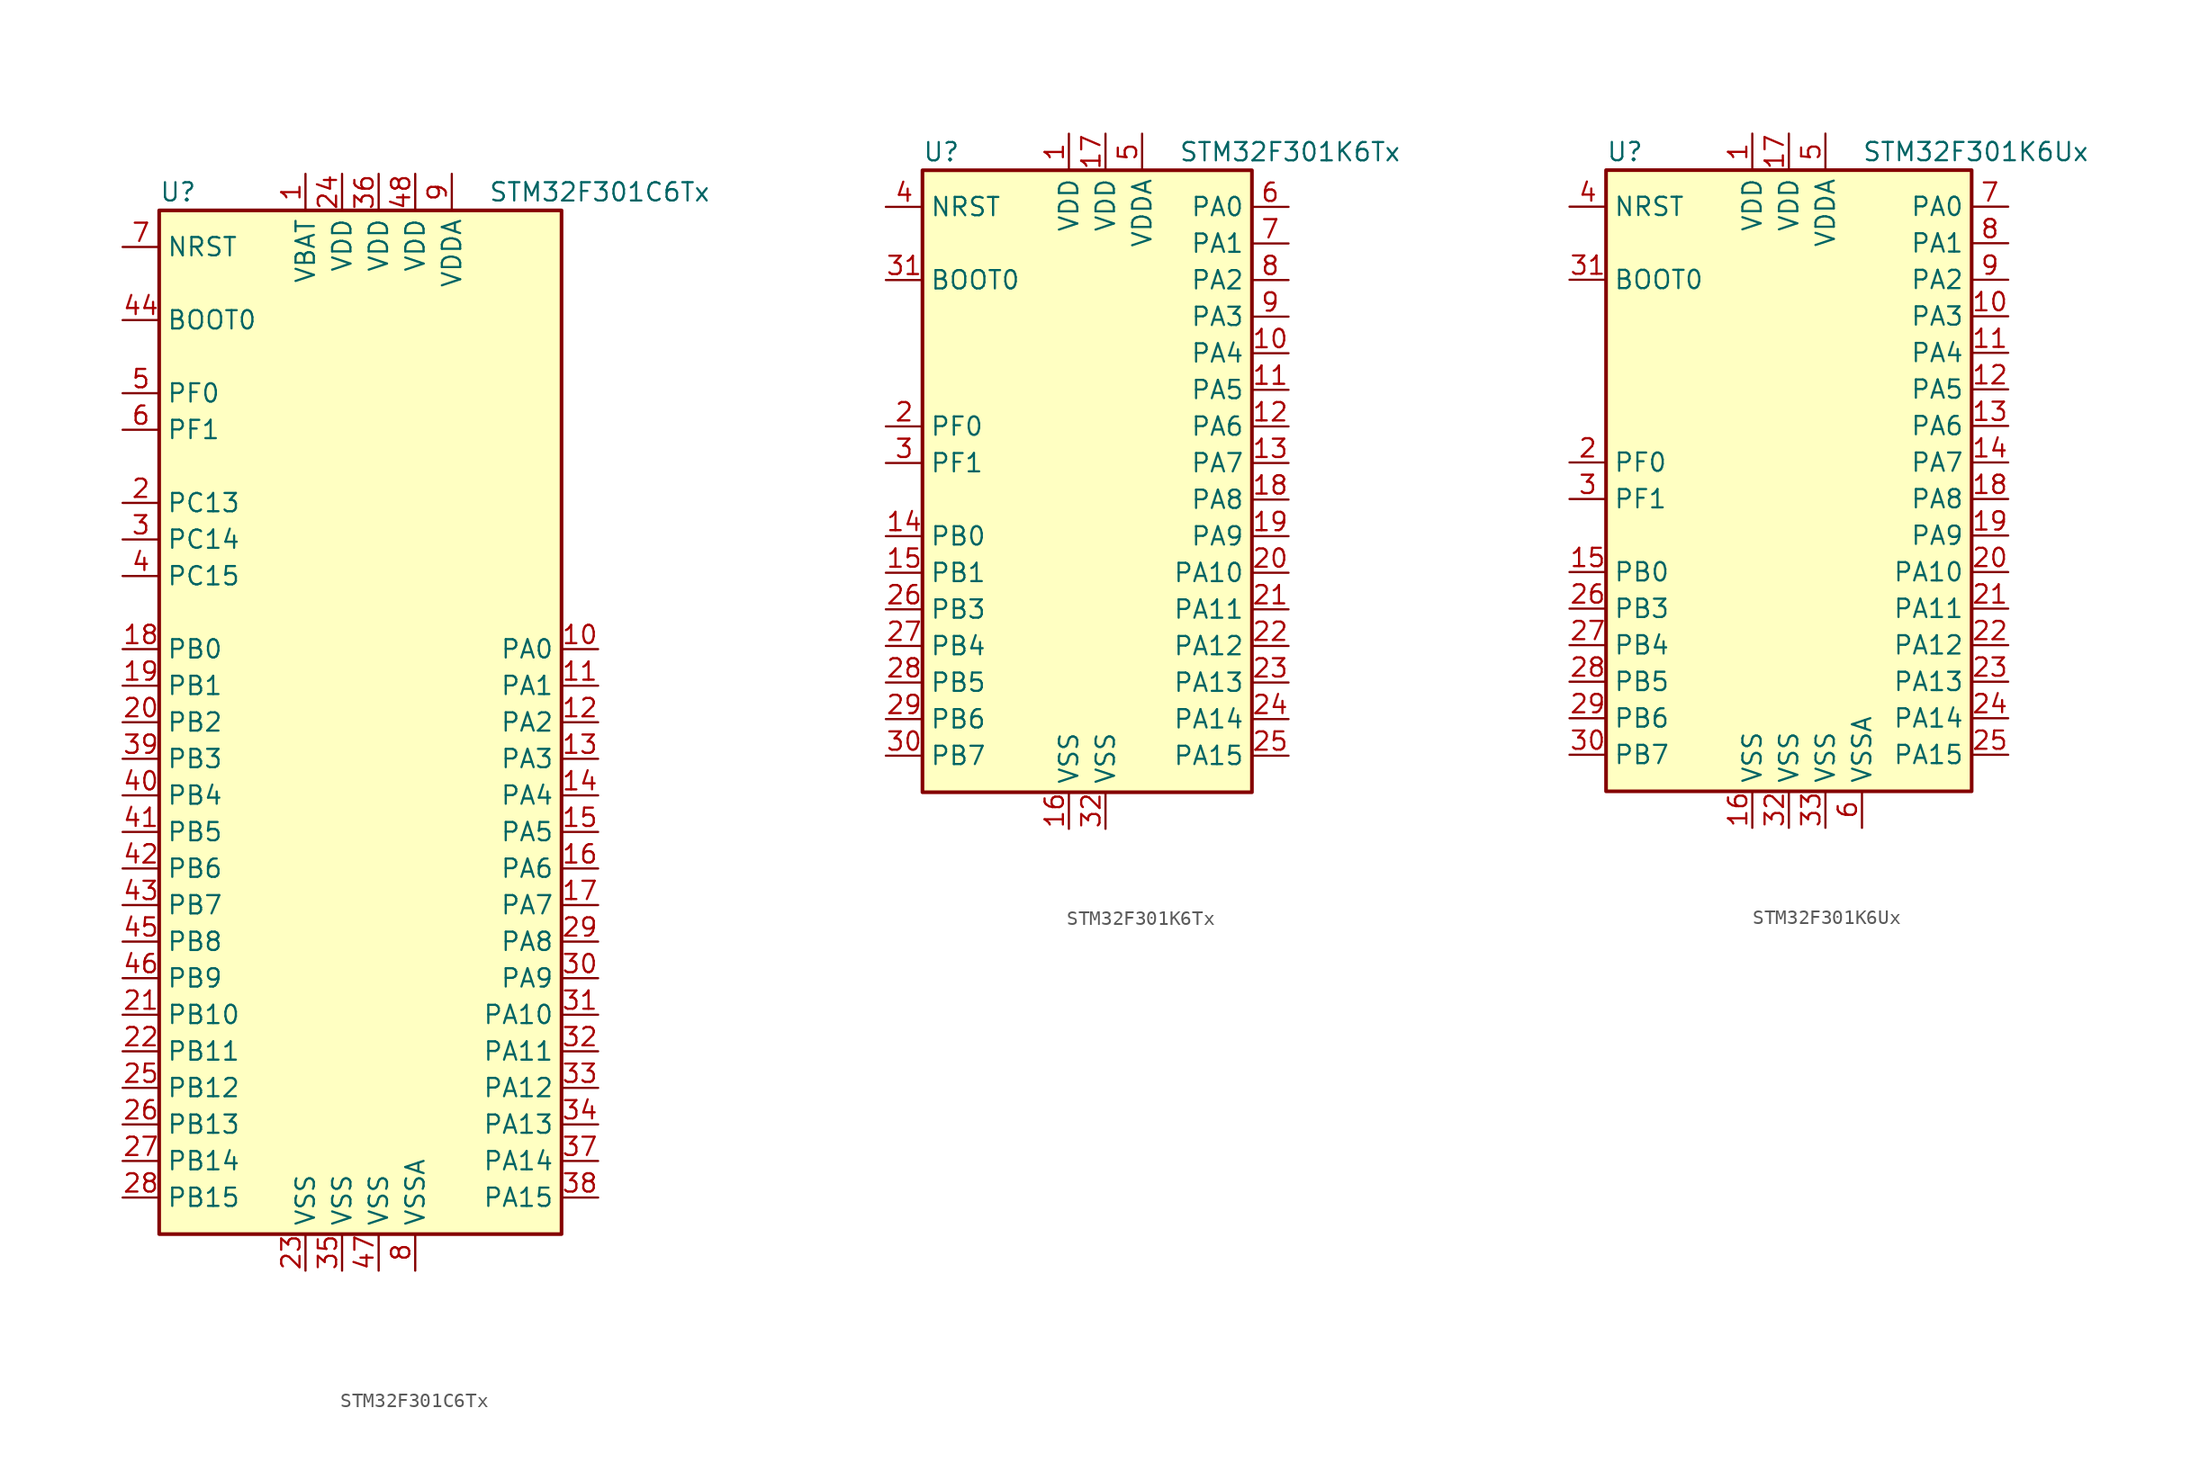
<source format=kicad_sym>
(kicad_symbol_lib
  (version 20201005)
  (generator kicad_symbol_editor)
  (symbol "MCU_ST_STM32F3:STM32F301C6Tx"
    (property "Reference" "U"
      (at -15.24 36.83 0)
      (effects (font (size 1.27 1.27)) (justify left)))
    (property "Value" "STM32F301C6Tx"
      (at 7.62 36.83 0)
      (effects (font (size 1.27 1.27)) (justify left)))
    (symbol "STM32F301C6Tx_0_1"
      (rectangle (start -15.24 -35.56) (end 12.7 35.56) (stroke (width 0.254)) (fill (type background))))
    (symbol "STM32F301C6Tx_1_1"
      (pin input line (at -17.78 27.94 0) (length 2.54) (name "BOOT0" (effects (font (size 1.27 1.27)))) (number "44" (effects (font (size 1.27 1.27)))))
      (pin input line (at -17.78 33.02 0) (length 2.54) (name "NRST" (effects (font (size 1.27 1.27)))) (number "7" (effects (font (size 1.27 1.27)))))
      (pin bidirectional line (at 15.24 5.08 180) (length 2.54) (name "PA0" (effects (font (size 1.27 1.27)))) (number "10" (effects (font (size 1.27 1.27)))))
      (pin bidirectional line (at 15.24 2.54 180) (length 2.54) (name "PA1" (effects (font (size 1.27 1.27)))) (number "11" (effects (font (size 1.27 1.27)))))
      (pin bidirectional line (at 15.24 -20.32 180) (length 2.54) (name "PA10" (effects (font (size 1.27 1.27)))) (number "31" (effects (font (size 1.27 1.27)))))
      (pin bidirectional line (at 15.24 -22.86 180) (length 2.54) (name "PA11" (effects (font (size 1.27 1.27)))) (number "32" (effects (font (size 1.27 1.27)))))
      (pin bidirectional line (at 15.24 -25.4 180) (length 2.54) (name "PA12" (effects (font (size 1.27 1.27)))) (number "33" (effects (font (size 1.27 1.27)))))
      (pin bidirectional line (at 15.24 -27.94 180) (length 2.54) (name "PA13" (effects (font (size 1.27 1.27)))) (number "34" (effects (font (size 1.27 1.27)))))
      (pin bidirectional line (at 15.24 -30.48 180) (length 2.54) (name "PA14" (effects (font (size 1.27 1.27)))) (number "37" (effects (font (size 1.27 1.27)))))
      (pin bidirectional line (at 15.24 -33.02 180) (length 2.54) (name "PA15" (effects (font (size 1.27 1.27)))) (number "38" (effects (font (size 1.27 1.27)))))
      (pin bidirectional line (at 15.24 0 180) (length 2.54) (name "PA2" (effects (font (size 1.27 1.27)))) (number "12" (effects (font (size 1.27 1.27)))))
      (pin bidirectional line (at 15.24 -2.54 180) (length 2.54) (name "PA3" (effects (font (size 1.27 1.27)))) (number "13" (effects (font (size 1.27 1.27)))))
      (pin bidirectional line (at 15.24 -5.08 180) (length 2.54) (name "PA4" (effects (font (size 1.27 1.27)))) (number "14" (effects (font (size 1.27 1.27)))))
      (pin bidirectional line (at 15.24 -7.62 180) (length 2.54) (name "PA5" (effects (font (size 1.27 1.27)))) (number "15" (effects (font (size 1.27 1.27)))))
      (pin bidirectional line (at 15.24 -10.16 180) (length 2.54) (name "PA6" (effects (font (size 1.27 1.27)))) (number "16" (effects (font (size 1.27 1.27)))))
      (pin bidirectional line (at 15.24 -12.7 180) (length 2.54) (name "PA7" (effects (font (size 1.27 1.27)))) (number "17" (effects (font (size 1.27 1.27)))))
      (pin bidirectional line (at 15.24 -15.24 180) (length 2.54) (name "PA8" (effects (font (size 1.27 1.27)))) (number "29" (effects (font (size 1.27 1.27)))))
      (pin bidirectional line (at 15.24 -17.78 180) (length 2.54) (name "PA9" (effects (font (size 1.27 1.27)))) (number "30" (effects (font (size 1.27 1.27)))))
      (pin bidirectional line (at -17.78 5.08 0) (length 2.54) (name "PB0" (effects (font (size 1.27 1.27)))) (number "18" (effects (font (size 1.27 1.27)))))
      (pin bidirectional line (at -17.78 2.54 0) (length 2.54) (name "PB1" (effects (font (size 1.27 1.27)))) (number "19" (effects (font (size 1.27 1.27)))))
      (pin bidirectional line (at -17.78 -20.32 0) (length 2.54) (name "PB10" (effects (font (size 1.27 1.27)))) (number "21" (effects (font (size 1.27 1.27)))))
      (pin bidirectional line (at -17.78 -22.86 0) (length 2.54) (name "PB11" (effects (font (size 1.27 1.27)))) (number "22" (effects (font (size 1.27 1.27)))))
      (pin bidirectional line (at -17.78 -25.4 0) (length 2.54) (name "PB12" (effects (font (size 1.27 1.27)))) (number "25" (effects (font (size 1.27 1.27)))))
      (pin bidirectional line (at -17.78 -27.94 0) (length 2.54) (name "PB13" (effects (font (size 1.27 1.27)))) (number "26" (effects (font (size 1.27 1.27)))))
      (pin bidirectional line (at -17.78 -30.48 0) (length 2.54) (name "PB14" (effects (font (size 1.27 1.27)))) (number "27" (effects (font (size 1.27 1.27)))))
      (pin bidirectional line (at -17.78 -33.02 0) (length 2.54) (name "PB15" (effects (font (size 1.27 1.27)))) (number "28" (effects (font (size 1.27 1.27)))))
      (pin bidirectional line (at -17.78 0 0) (length 2.54) (name "PB2" (effects (font (size 1.27 1.27)))) (number "20" (effects (font (size 1.27 1.27)))))
      (pin bidirectional line (at -17.78 -2.54 0) (length 2.54) (name "PB3" (effects (font (size 1.27 1.27)))) (number "39" (effects (font (size 1.27 1.27)))))
      (pin bidirectional line (at -17.78 -5.08 0) (length 2.54) (name "PB4" (effects (font (size 1.27 1.27)))) (number "40" (effects (font (size 1.27 1.27)))))
      (pin bidirectional line (at -17.78 -7.62 0) (length 2.54) (name "PB5" (effects (font (size 1.27 1.27)))) (number "41" (effects (font (size 1.27 1.27)))))
      (pin bidirectional line (at -17.78 -10.16 0) (length 2.54) (name "PB6" (effects (font (size 1.27 1.27)))) (number "42" (effects (font (size 1.27 1.27)))))
      (pin bidirectional line (at -17.78 -12.7 0) (length 2.54) (name "PB7" (effects (font (size 1.27 1.27)))) (number "43" (effects (font (size 1.27 1.27)))))
      (pin bidirectional line (at -17.78 -15.24 0) (length 2.54) (name "PB8" (effects (font (size 1.27 1.27)))) (number "45" (effects (font (size 1.27 1.27)))))
      (pin bidirectional line (at -17.78 -17.78 0) (length 2.54) (name "PB9" (effects (font (size 1.27 1.27)))) (number "46" (effects (font (size 1.27 1.27)))))
      (pin bidirectional line (at -17.78 15.24 0) (length 2.54) (name "PC13" (effects (font (size 1.27 1.27)))) (number "2" (effects (font (size 1.27 1.27)))))
      (pin bidirectional line (at -17.78 12.7 0) (length 2.54) (name "PC14" (effects (font (size 1.27 1.27)))) (number "3" (effects (font (size 1.27 1.27)))))
      (pin bidirectional line (at -17.78 10.16 0) (length 2.54) (name "PC15" (effects (font (size 1.27 1.27)))) (number "4" (effects (font (size 1.27 1.27)))))
      (pin input line (at -17.78 22.86 0) (length 2.54) (name "PF0" (effects (font (size 1.27 1.27)))) (number "5" (effects (font (size 1.27 1.27)))))
      (pin input line (at -17.78 20.32 0) (length 2.54) (name "PF1" (effects (font (size 1.27 1.27)))) (number "6" (effects (font (size 1.27 1.27)))))
      (pin power_in line (at -5.08 38.1 270) (length 2.54) (name "VBAT" (effects (font (size 1.27 1.27)))) (number "1" (effects (font (size 1.27 1.27)))))
      (pin power_in line (at -2.54 38.1 270) (length 2.54) (name "VDD" (effects (font (size 1.27 1.27)))) (number "24" (effects (font (size 1.27 1.27)))))
      (pin power_in line (at 0 38.1 270) (length 2.54) (name "VDD" (effects (font (size 1.27 1.27)))) (number "36" (effects (font (size 1.27 1.27)))))
      (pin power_in line (at 2.54 38.1 270) (length 2.54) (name "VDD" (effects (font (size 1.27 1.27)))) (number "48" (effects (font (size 1.27 1.27)))))
      (pin power_in line (at 5.08 38.1 270) (length 2.54) (name "VDDA" (effects (font (size 1.27 1.27)))) (number "9" (effects (font (size 1.27 1.27)))))
      (pin power_in line (at -5.08 -38.1 90) (length 2.54) (name "VSS" (effects (font (size 1.27 1.27)))) (number "23" (effects (font (size 1.27 1.27)))))
      (pin power_in line (at -2.54 -38.1 90) (length 2.54) (name "VSS" (effects (font (size 1.27 1.27)))) (number "35" (effects (font (size 1.27 1.27)))))
      (pin power_in line (at 0 -38.1 90) (length 2.54) (name "VSS" (effects (font (size 1.27 1.27)))) (number "47" (effects (font (size 1.27 1.27)))))
      (pin power_in line (at 2.54 -38.1 90) (length 2.54) (name "VSSA" (effects (font (size 1.27 1.27)))) (number "8" (effects (font (size 1.27 1.27)))))))
  (symbol "MCU_ST_STM32F3:STM32F301K6Tx"
    (property "Reference" "U"
      (at -12.7 21.59 0)
      (effects (font (size 1.27 1.27)) (justify left)))
    (property "Value" "STM32F301K6Tx"
      (at 5.08 21.59 0)
      (effects (font (size 1.27 1.27)) (justify left)))
    (symbol "STM32F301K6Tx_0_1"
      (rectangle (start -12.7 -22.86) (end 10.16 20.32) (stroke (width 0.254)) (fill (type background))))
    (symbol "STM32F301K6Tx_1_1"
      (pin input line (at -15.24 12.7 0) (length 2.54) (name "BOOT0" (effects (font (size 1.27 1.27)))) (number "31" (effects (font (size 1.27 1.27)))))
      (pin input line (at -15.24 17.78 0) (length 2.54) (name "NRST" (effects (font (size 1.27 1.27)))) (number "4" (effects (font (size 1.27 1.27)))))
      (pin bidirectional line (at 12.7 17.78 180) (length 2.54) (name "PA0" (effects (font (size 1.27 1.27)))) (number "6" (effects (font (size 1.27 1.27)))))
      (pin bidirectional line (at 12.7 15.24 180) (length 2.54) (name "PA1" (effects (font (size 1.27 1.27)))) (number "7" (effects (font (size 1.27 1.27)))))
      (pin bidirectional line (at 12.7 -7.62 180) (length 2.54) (name "PA10" (effects (font (size 1.27 1.27)))) (number "20" (effects (font (size 1.27 1.27)))))
      (pin bidirectional line (at 12.7 -10.16 180) (length 2.54) (name "PA11" (effects (font (size 1.27 1.27)))) (number "21" (effects (font (size 1.27 1.27)))))
      (pin bidirectional line (at 12.7 -12.7 180) (length 2.54) (name "PA12" (effects (font (size 1.27 1.27)))) (number "22" (effects (font (size 1.27 1.27)))))
      (pin bidirectional line (at 12.7 -15.24 180) (length 2.54) (name "PA13" (effects (font (size 1.27 1.27)))) (number "23" (effects (font (size 1.27 1.27)))))
      (pin bidirectional line (at 12.7 -17.78 180) (length 2.54) (name "PA14" (effects (font (size 1.27 1.27)))) (number "24" (effects (font (size 1.27 1.27)))))
      (pin bidirectional line (at 12.7 -20.32 180) (length 2.54) (name "PA15" (effects (font (size 1.27 1.27)))) (number "25" (effects (font (size 1.27 1.27)))))
      (pin bidirectional line (at 12.7 12.7 180) (length 2.54) (name "PA2" (effects (font (size 1.27 1.27)))) (number "8" (effects (font (size 1.27 1.27)))))
      (pin bidirectional line (at 12.7 10.16 180) (length 2.54) (name "PA3" (effects (font (size 1.27 1.27)))) (number "9" (effects (font (size 1.27 1.27)))))
      (pin bidirectional line (at 12.7 7.62 180) (length 2.54) (name "PA4" (effects (font (size 1.27 1.27)))) (number "10" (effects (font (size 1.27 1.27)))))
      (pin bidirectional line (at 12.7 5.08 180) (length 2.54) (name "PA5" (effects (font (size 1.27 1.27)))) (number "11" (effects (font (size 1.27 1.27)))))
      (pin bidirectional line (at 12.7 2.54 180) (length 2.54) (name "PA6" (effects (font (size 1.27 1.27)))) (number "12" (effects (font (size 1.27 1.27)))))
      (pin bidirectional line (at 12.7 0 180) (length 2.54) (name "PA7" (effects (font (size 1.27 1.27)))) (number "13" (effects (font (size 1.27 1.27)))))
      (pin bidirectional line (at 12.7 -2.54 180) (length 2.54) (name "PA8" (effects (font (size 1.27 1.27)))) (number "18" (effects (font (size 1.27 1.27)))))
      (pin bidirectional line (at 12.7 -5.08 180) (length 2.54) (name "PA9" (effects (font (size 1.27 1.27)))) (number "19" (effects (font (size 1.27 1.27)))))
      (pin bidirectional line (at -15.24 -5.08 0) (length 2.54) (name "PB0" (effects (font (size 1.27 1.27)))) (number "14" (effects (font (size 1.27 1.27)))))
      (pin bidirectional line (at -15.24 -7.62 0) (length 2.54) (name "PB1" (effects (font (size 1.27 1.27)))) (number "15" (effects (font (size 1.27 1.27)))))
      (pin bidirectional line (at -15.24 -10.16 0) (length 2.54) (name "PB3" (effects (font (size 1.27 1.27)))) (number "26" (effects (font (size 1.27 1.27)))))
      (pin bidirectional line (at -15.24 -12.7 0) (length 2.54) (name "PB4" (effects (font (size 1.27 1.27)))) (number "27" (effects (font (size 1.27 1.27)))))
      (pin bidirectional line (at -15.24 -15.24 0) (length 2.54) (name "PB5" (effects (font (size 1.27 1.27)))) (number "28" (effects (font (size 1.27 1.27)))))
      (pin bidirectional line (at -15.24 -17.78 0) (length 2.54) (name "PB6" (effects (font (size 1.27 1.27)))) (number "29" (effects (font (size 1.27 1.27)))))
      (pin bidirectional line (at -15.24 -20.32 0) (length 2.54) (name "PB7" (effects (font (size 1.27 1.27)))) (number "30" (effects (font (size 1.27 1.27)))))
      (pin input line (at -15.24 2.54 0) (length 2.54) (name "PF0" (effects (font (size 1.27 1.27)))) (number "2" (effects (font (size 1.27 1.27)))))
      (pin input line (at -15.24 0 0) (length 2.54) (name "PF1" (effects (font (size 1.27 1.27)))) (number "3" (effects (font (size 1.27 1.27)))))
      (pin power_in line (at -2.54 22.86 270) (length 2.54) (name "VDD" (effects (font (size 1.27 1.27)))) (number "1" (effects (font (size 1.27 1.27)))))
      (pin power_in line (at 0 22.86 270) (length 2.54) (name "VDD" (effects (font (size 1.27 1.27)))) (number "17" (effects (font (size 1.27 1.27)))))
      (pin power_in line (at 2.54 22.86 270) (length 2.54) (name "VDDA" (effects (font (size 1.27 1.27)))) (number "5" (effects (font (size 1.27 1.27)))))
      (pin power_in line (at -2.54 -25.4 90) (length 2.54) (name "VSS" (effects (font (size 1.27 1.27)))) (number "16" (effects (font (size 1.27 1.27)))))
      (pin power_in line (at 0 -25.4 90) (length 2.54) (name "VSS" (effects (font (size 1.27 1.27)))) (number "32" (effects (font (size 1.27 1.27)))))))
  (symbol "MCU_ST_STM32F3:STM32F301K6Ux"
    (property "Reference" "U"
      (at -12.7 21.59 0)
      (effects (font (size 1.27 1.27)) (justify left)))
    (property "Value" "STM32F301K6Ux"
      (at 5.08 21.59 0)
      (effects (font (size 1.27 1.27)) (justify left)))
    (symbol "STM32F301K6Ux_0_1"
      (rectangle (start -12.7 -22.86) (end 12.7 20.32) (stroke (width 0.254)) (fill (type background))))
    (symbol "STM32F301K6Ux_1_1"
      (pin input line (at -15.24 12.7 0) (length 2.54) (name "BOOT0" (effects (font (size 1.27 1.27)))) (number "31" (effects (font (size 1.27 1.27)))))
      (pin input line (at -15.24 17.78 0) (length 2.54) (name "NRST" (effects (font (size 1.27 1.27)))) (number "4" (effects (font (size 1.27 1.27)))))
      (pin bidirectional line (at 15.24 17.78 180) (length 2.54) (name "PA0" (effects (font (size 1.27 1.27)))) (number "7" (effects (font (size 1.27 1.27)))))
      (pin bidirectional line (at 15.24 15.24 180) (length 2.54) (name "PA1" (effects (font (size 1.27 1.27)))) (number "8" (effects (font (size 1.27 1.27)))))
      (pin bidirectional line (at 15.24 -7.62 180) (length 2.54) (name "PA10" (effects (font (size 1.27 1.27)))) (number "20" (effects (font (size 1.27 1.27)))))
      (pin bidirectional line (at 15.24 -10.16 180) (length 2.54) (name "PA11" (effects (font (size 1.27 1.27)))) (number "21" (effects (font (size 1.27 1.27)))))
      (pin bidirectional line (at 15.24 -12.7 180) (length 2.54) (name "PA12" (effects (font (size 1.27 1.27)))) (number "22" (effects (font (size 1.27 1.27)))))
      (pin bidirectional line (at 15.24 -15.24 180) (length 2.54) (name "PA13" (effects (font (size 1.27 1.27)))) (number "23" (effects (font (size 1.27 1.27)))))
      (pin bidirectional line (at 15.24 -17.78 180) (length 2.54) (name "PA14" (effects (font (size 1.27 1.27)))) (number "24" (effects (font (size 1.27 1.27)))))
      (pin bidirectional line (at 15.24 -20.32 180) (length 2.54) (name "PA15" (effects (font (size 1.27 1.27)))) (number "25" (effects (font (size 1.27 1.27)))))
      (pin bidirectional line (at 15.24 12.7 180) (length 2.54) (name "PA2" (effects (font (size 1.27 1.27)))) (number "9" (effects (font (size 1.27 1.27)))))
      (pin bidirectional line (at 15.24 10.16 180) (length 2.54) (name "PA3" (effects (font (size 1.27 1.27)))) (number "10" (effects (font (size 1.27 1.27)))))
      (pin bidirectional line (at 15.24 7.62 180) (length 2.54) (name "PA4" (effects (font (size 1.27 1.27)))) (number "11" (effects (font (size 1.27 1.27)))))
      (pin bidirectional line (at 15.24 5.08 180) (length 2.54) (name "PA5" (effects (font (size 1.27 1.27)))) (number "12" (effects (font (size 1.27 1.27)))))
      (pin bidirectional line (at 15.24 2.54 180) (length 2.54) (name "PA6" (effects (font (size 1.27 1.27)))) (number "13" (effects (font (size 1.27 1.27)))))
      (pin bidirectional line (at 15.24 0 180) (length 2.54) (name "PA7" (effects (font (size 1.27 1.27)))) (number "14" (effects (font (size 1.27 1.27)))))
      (pin bidirectional line (at 15.24 -2.54 180) (length 2.54) (name "PA8" (effects (font (size 1.27 1.27)))) (number "18" (effects (font (size 1.27 1.27)))))
      (pin bidirectional line (at 15.24 -5.08 180) (length 2.54) (name "PA9" (effects (font (size 1.27 1.27)))) (number "19" (effects (font (size 1.27 1.27)))))
      (pin bidirectional line (at -15.24 -7.62 0) (length 2.54) (name "PB0" (effects (font (size 1.27 1.27)))) (number "15" (effects (font (size 1.27 1.27)))))
      (pin bidirectional line (at -15.24 -10.16 0) (length 2.54) (name "PB3" (effects (font (size 1.27 1.27)))) (number "26" (effects (font (size 1.27 1.27)))))
      (pin bidirectional line (at -15.24 -12.7 0) (length 2.54) (name "PB4" (effects (font (size 1.27 1.27)))) (number "27" (effects (font (size 1.27 1.27)))))
      (pin bidirectional line (at -15.24 -15.24 0) (length 2.54) (name "PB5" (effects (font (size 1.27 1.27)))) (number "28" (effects (font (size 1.27 1.27)))))
      (pin bidirectional line (at -15.24 -17.78 0) (length 2.54) (name "PB6" (effects (font (size 1.27 1.27)))) (number "29" (effects (font (size 1.27 1.27)))))
      (pin bidirectional line (at -15.24 -20.32 0) (length 2.54) (name "PB7" (effects (font (size 1.27 1.27)))) (number "30" (effects (font (size 1.27 1.27)))))
      (pin input line (at -15.24 0 0) (length 2.54) (name "PF0" (effects (font (size 1.27 1.27)))) (number "2" (effects (font (size 1.27 1.27)))))
      (pin input line (at -15.24 -2.54 0) (length 2.54) (name "PF1" (effects (font (size 1.27 1.27)))) (number "3" (effects (font (size 1.27 1.27)))))
      (pin power_in line (at -2.54 22.86 270) (length 2.54) (name "VDD" (effects (font (size 1.27 1.27)))) (number "1" (effects (font (size 1.27 1.27)))))
      (pin power_in line (at 0 22.86 270) (length 2.54) (name "VDD" (effects (font (size 1.27 1.27)))) (number "17" (effects (font (size 1.27 1.27)))))
      (pin power_in line (at 2.54 22.86 270) (length 2.54) (name "VDDA" (effects (font (size 1.27 1.27)))) (number "5" (effects (font (size 1.27 1.27)))))
      (pin power_in line (at -2.54 -25.4 90) (length 2.54) (name "VSS" (effects (font (size 1.27 1.27)))) (number "16" (effects (font (size 1.27 1.27)))))
      (pin power_in line (at 0 -25.4 90) (length 2.54) (name "VSS" (effects (font (size 1.27 1.27)))) (number "32" (effects (font (size 1.27 1.27)))))
      (pin power_in line (at 2.54 -25.4 90) (length 2.54) (name "VSS" (effects (font (size 1.27 1.27)))) (number "33" (effects (font (size 1.27 1.27)))))
      (pin power_in line (at 5.08 -25.4 90) (length 2.54) (name "VSSA" (effects (font (size 1.27 1.27)))) (number "6" (effects (font (size 1.27 1.27))))))))
</source>
